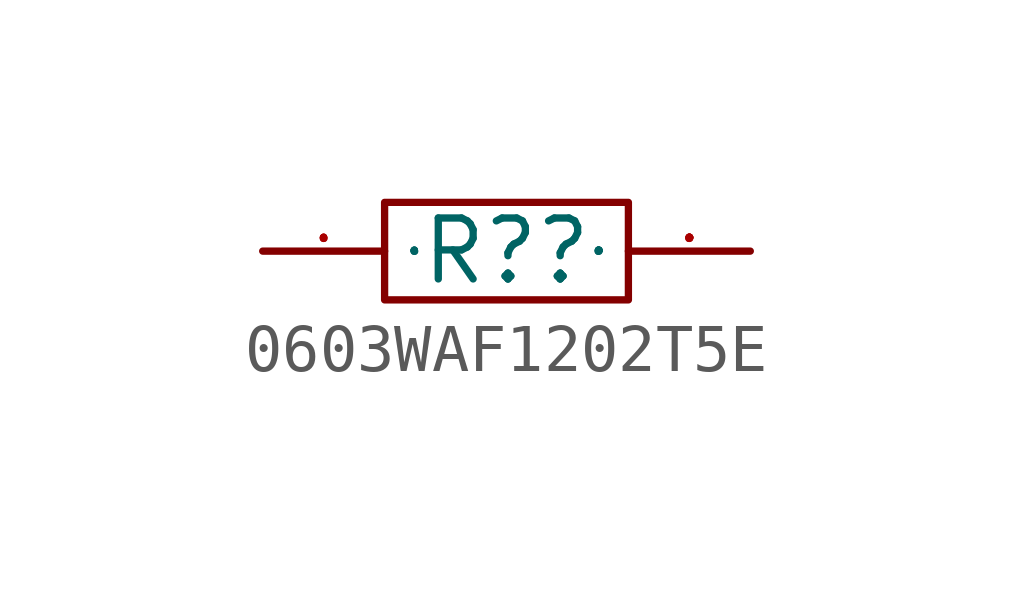
<source format=kicad_sym>
(kicad_symbol_lib
  (version 20231120)
  (generator "kicad_symbol_editor")
  (generator_version "8.0")
  (symbol "0603WAF1202T5E"
    (property "Reference" "R?"
      (at 0 0 0)
      (effects (font (size 1.27 1.27))))
    (property "Value" ""
      (at 0 0 0)
      (effects (font (size 1.27 1.27))))
    (symbol "0603WAF1202T5E_1_0"
      (rectangle (start -2.54 -1.016) (end 2.54 1.016) (stroke (width 0) (type default)) (fill (type none)))
      (pin input line (at -5.08 0 0) (length 2.54) (name "1" (effects (font (size 0.025 0.025)))) (number "1" (effects (font (size 0.025 0.025)))))
      (pin input line (at 5.08 0 180) (length 2.54) (name "2" (effects (font (size 0.025 0.025)))) (number "2" (effects (font (size 0.025 0.025))))))))
</source>
